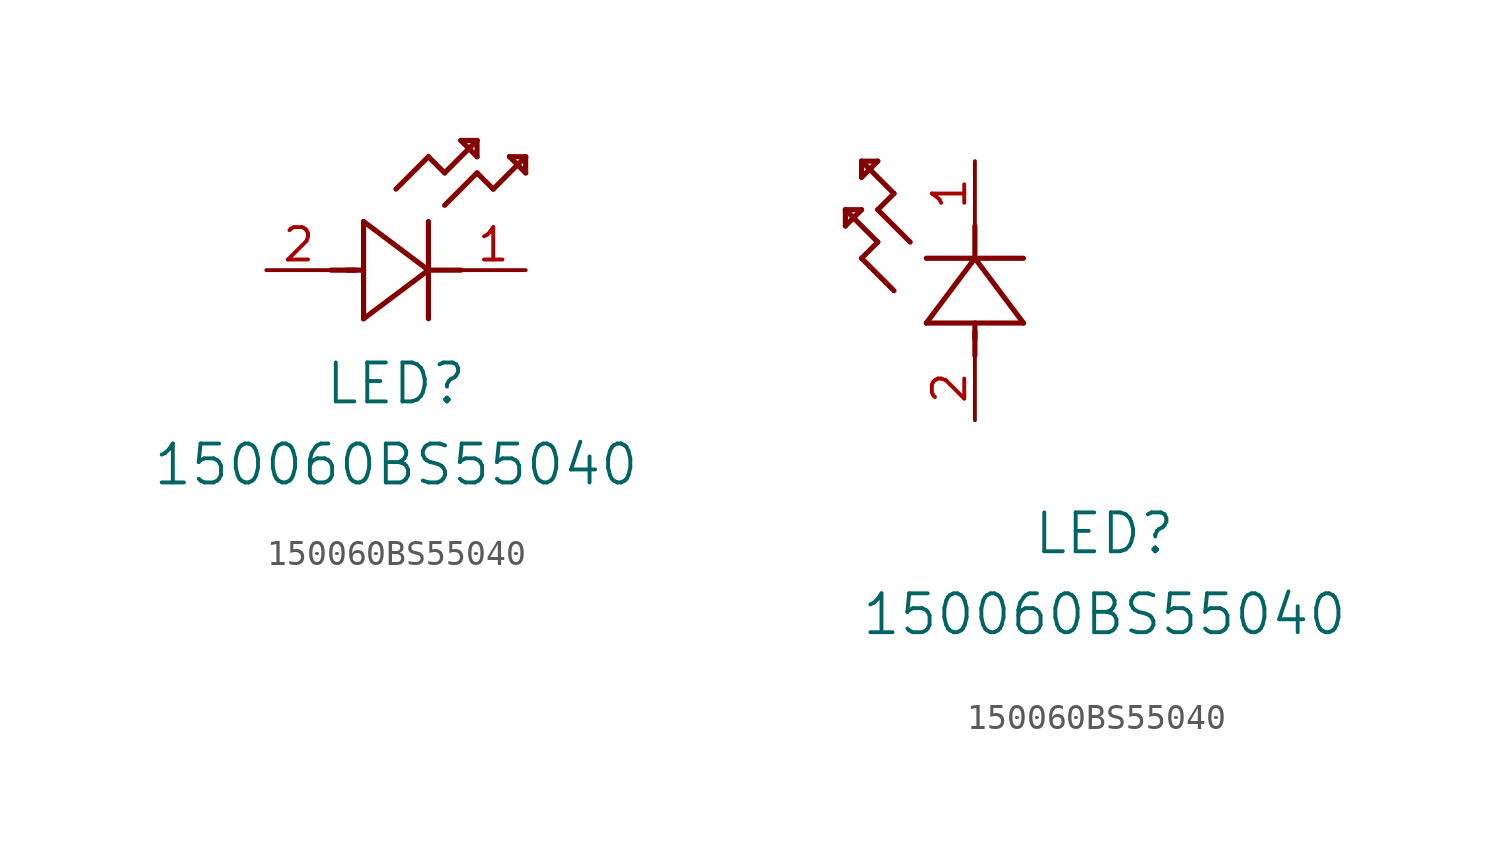
<source format=kicad_sym>
(kicad_symbol_lib
  (version 20211014)
  (generator kicad_symbol_editor)
  (symbol "150060BS55040"
    (pin_names
      (offset 0.254))
    (property "Reference" "LED"
      (at 5.08 -4.445 0)
      (effects (font (size 1.524 1.524))))
    (property "Value" "150060BS55040"
      (at 5.08 -7.62 0)
      (effects (font (size 1.524 1.524))))
    (symbol "150060BS55040_1_1"
      (polyline (pts (xy 2.54 0) (xy 3.48 0)) (stroke (width 0.203) (type default) (color 0 0 0 0)) (fill (type none)))
      (polyline (pts (xy 3.81 1.905) (xy 3.81 -1.905)) (stroke (width 0.203) (type default) (color 0 0 0 0)) (fill (type none)))
      (polyline (pts (xy 3.175 0) (xy 3.81 0)) (stroke (width 0.203) (type default) (color 0 0 0 0)) (fill (type none)))
      (polyline (pts (xy 6.35 -1.905) (xy 6.35 1.905)) (stroke (width 0.203) (type default) (color 0 0 0 0)) (fill (type none)))
      (polyline (pts (xy 6.35 0) (xy 7.62 0)) (stroke (width 0.203) (type default) (color 0 0 0 0)) (fill (type none)))
      (polyline (pts (xy 6.35 4.445) (xy 6.985 3.81)) (stroke (width 0.203) (type default) (color 0 0 0 0)) (fill (type none)))
      (polyline (pts (xy 6.985 3.81) (xy 8.255 5.08)) (stroke (width 0.203) (type default) (color 0 0 0 0)) (fill (type none)))
      (polyline (pts (xy 8.255 3.81) (xy 8.89 3.175)) (stroke (width 0.203) (type default) (color 0 0 0 0)) (fill (type none)))
      (polyline (pts (xy 8.89 3.175) (xy 10.16 4.445)) (stroke (width 0.203) (type default) (color 0 0 0 0)) (fill (type none)))
      (polyline (pts (xy 8.255 5.08) (xy 7.62 5.08)) (stroke (width 0.203) (type default) (color 0 0 0 0)) (fill (type none)))
      (polyline (pts (xy 7.62 5.08) (xy 8.255 4.445)) (stroke (width 0.203) (type default) (color 0 0 0 0)) (fill (type none)))
      (polyline (pts (xy 8.255 4.445) (xy 8.255 5.08)) (stroke (width 0.203) (type default) (color 0 0 0 0)) (fill (type none)))
      (polyline (pts (xy 10.16 4.445) (xy 9.525 4.445)) (stroke (width 0.203) (type default) (color 0 0 0 0)) (fill (type none)))
      (polyline (pts (xy 9.525 4.445) (xy 10.16 3.81)) (stroke (width 0.203) (type default) (color 0 0 0 0)) (fill (type none)))
      (polyline (pts (xy 10.16 3.81) (xy 10.16 4.445)) (stroke (width 0.203) (type default) (color 0 0 0 0)) (fill (type none)))
      (polyline (pts (xy 6.985 2.54) (xy 8.255 3.81)) (stroke (width 0.203) (type default) (color 0 0 0 0)) (fill (type none)))
      (polyline (pts (xy 6.35 0) (xy 3.81 1.905)) (stroke (width 0.203) (type default) (color 0 0 0 0)) (fill (type none)))
      (polyline (pts (xy 3.81 -1.905) (xy 6.35 0)) (stroke (width 0.203) (type default) (color 0 0 0 0)) (fill (type none)))
      (polyline (pts (xy 5.08 3.175) (xy 6.35 4.445)) (stroke (width 0.203) (type default) (color 0 0 0 0)) (fill (type none)))
      (pin unspecified line (at 10.16 0 180) (length 2.54) (name "" (effects (font (size 1.27 1.27)))) (number "1" (effects (font (size 1.27 1.27)))))
      (pin unspecified line (at 0 0 0) (length 2.54) (name "" (effects (font (size 1.27 1.27)))) (number "2" (effects (font (size 1.27 1.27))))))
    (symbol "150060BS55040_1_2"
      (polyline (pts (xy 0 2.54) (xy 0 3.48)) (stroke (width 0.203) (type default) (color 0 0 0 0)) (fill (type none)))
      (polyline (pts (xy -1.905 3.81) (xy 1.905 3.81)) (stroke (width 0.203) (type default) (color 0 0 0 0)) (fill (type none)))
      (polyline (pts (xy 0 3.175) (xy 0 3.81)) (stroke (width 0.203) (type default) (color 0 0 0 0)) (fill (type none)))
      (polyline (pts (xy 1.905 6.35) (xy -1.905 6.35)) (stroke (width 0.203) (type default) (color 0 0 0 0)) (fill (type none)))
      (polyline (pts (xy 0 6.35) (xy 0 7.62)) (stroke (width 0.203) (type default) (color 0 0 0 0)) (fill (type none)))
      (polyline (pts (xy 0 6.35) (xy -1.905 3.81)) (stroke (width 0.203) (type default) (color 0 0 0 0)) (fill (type none)))
      (polyline (pts (xy 1.905 3.81) (xy 0 6.35)) (stroke (width 0.203) (type default) (color 0 0 0 0)) (fill (type none)))
      (polyline (pts (xy -4.445 6.35) (xy -3.81 6.985)) (stroke (width 0.203) (type default) (color 0 0 0 0)) (fill (type none)))
      (polyline (pts (xy -2.54 6.985) (xy -3.81 8.255)) (stroke (width 0.203) (type default) (color 0 0 0 0)) (fill (type none)))
      (polyline (pts (xy -3.175 5.08) (xy -4.445 6.35)) (stroke (width 0.203) (type default) (color 0 0 0 0)) (fill (type none)))
      (polyline (pts (xy -4.445 10.16) (xy -4.445 9.525)) (stroke (width 0.203) (type default) (color 0 0 0 0)) (fill (type none)))
      (polyline (pts (xy -4.445 9.525) (xy -3.81 10.16)) (stroke (width 0.203) (type default) (color 0 0 0 0)) (fill (type none)))
      (polyline (pts (xy -3.81 10.16) (xy -4.445 10.16)) (stroke (width 0.203) (type default) (color 0 0 0 0)) (fill (type none)))
      (polyline (pts (xy -3.81 8.255) (xy -3.175 8.89)) (stroke (width 0.203) (type default) (color 0 0 0 0)) (fill (type none)))
      (polyline (pts (xy -3.175 8.89) (xy -4.445 10.16)) (stroke (width 0.203) (type default) (color 0 0 0 0)) (fill (type none)))
      (polyline (pts (xy -3.81 6.985) (xy -5.08 8.255)) (stroke (width 0.203) (type default) (color 0 0 0 0)) (fill (type none)))
      (polyline (pts (xy -5.08 8.255) (xy -5.08 7.62)) (stroke (width 0.203) (type default) (color 0 0 0 0)) (fill (type none)))
      (polyline (pts (xy -5.08 7.62) (xy -4.445 8.255)) (stroke (width 0.203) (type default) (color 0 0 0 0)) (fill (type none)))
      (polyline (pts (xy -4.445 8.255) (xy -5.08 8.255)) (stroke (width 0.203) (type default) (color 0 0 0 0)) (fill (type none)))
      (pin unspecified line (at 0 10.16 270) (length 2.54) (name "" (effects (font (size 1.27 1.27)))) (number "1" (effects (font (size 1.27 1.27)))))
      (pin unspecified line (at 0 0 90) (length 2.54) (name "" (effects (font (size 1.27 1.27)))) (number "2" (effects (font (size 1.27 1.27))))))))
</source>
